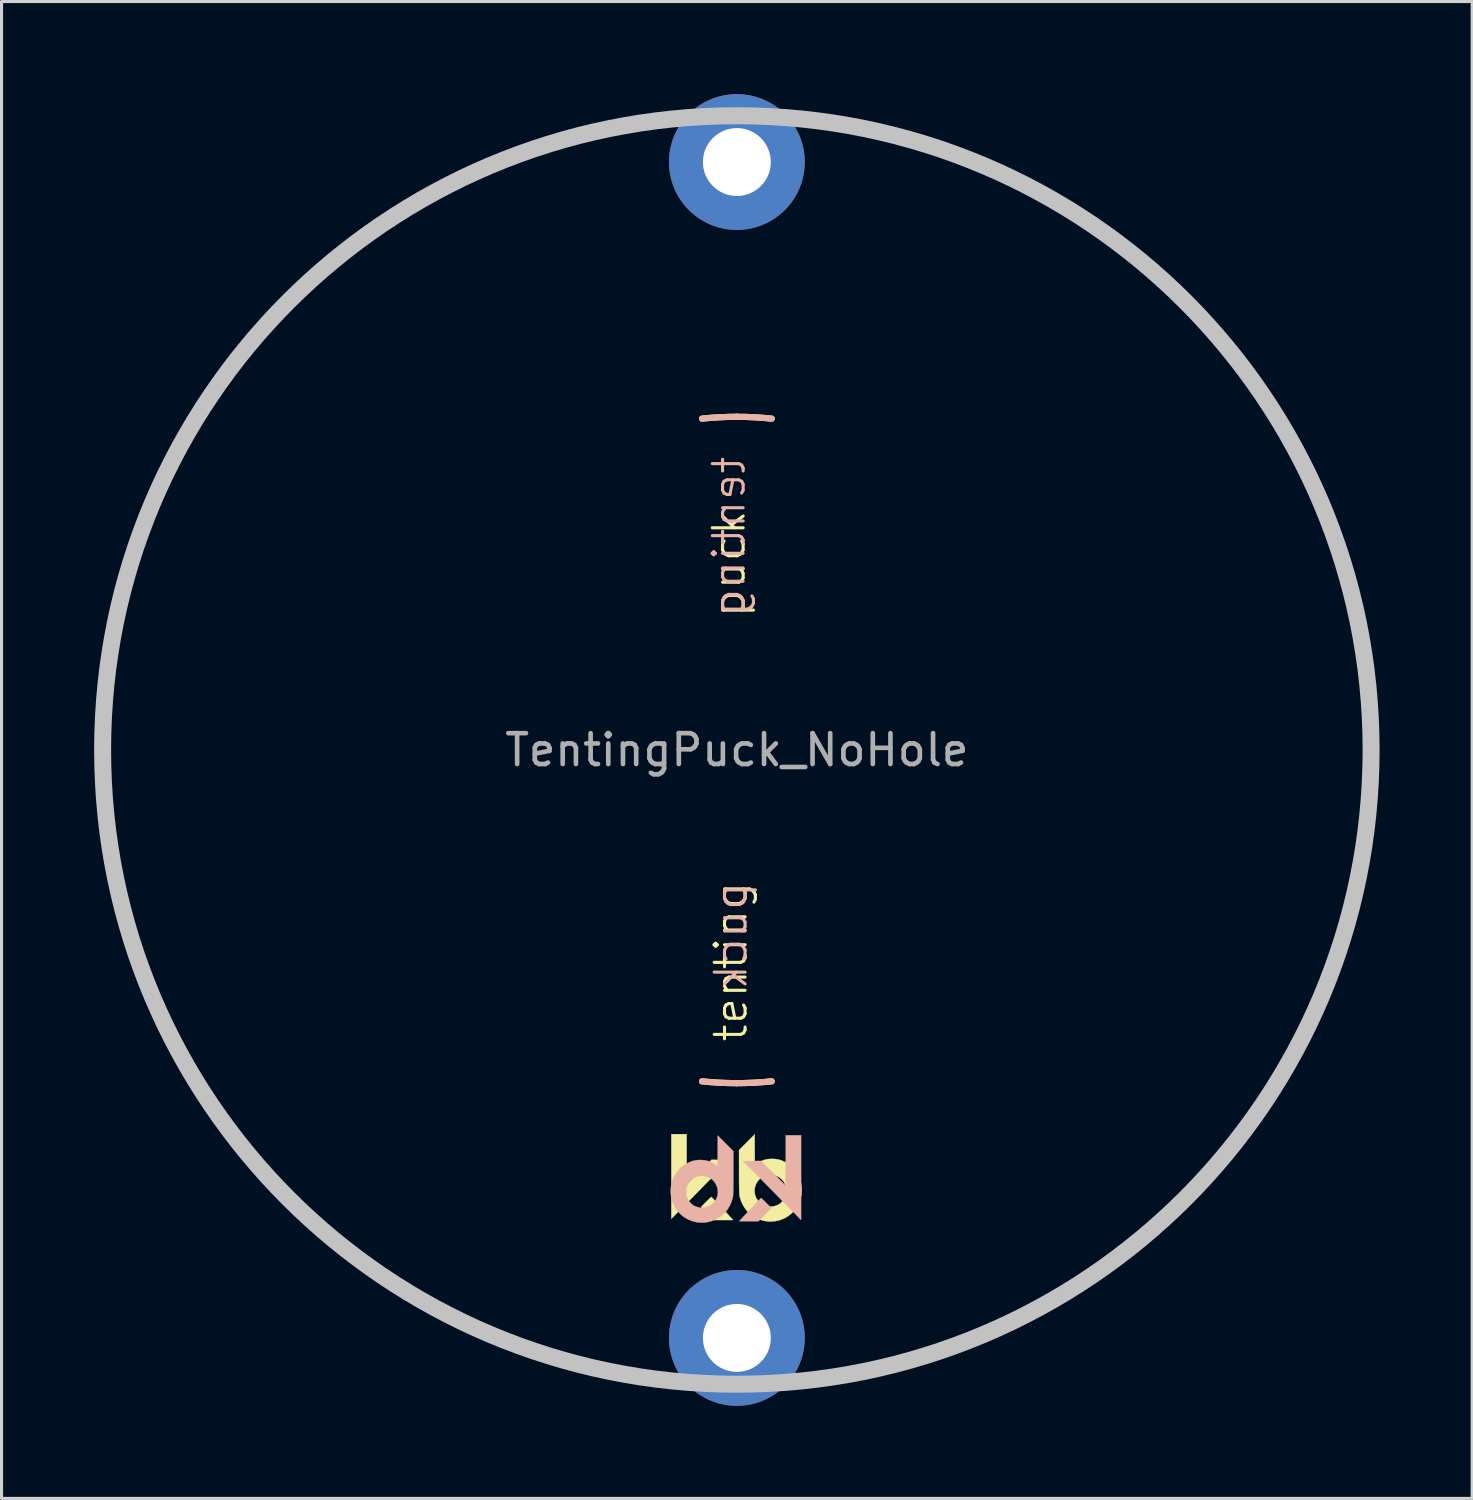
<source format=kicad_pcb>
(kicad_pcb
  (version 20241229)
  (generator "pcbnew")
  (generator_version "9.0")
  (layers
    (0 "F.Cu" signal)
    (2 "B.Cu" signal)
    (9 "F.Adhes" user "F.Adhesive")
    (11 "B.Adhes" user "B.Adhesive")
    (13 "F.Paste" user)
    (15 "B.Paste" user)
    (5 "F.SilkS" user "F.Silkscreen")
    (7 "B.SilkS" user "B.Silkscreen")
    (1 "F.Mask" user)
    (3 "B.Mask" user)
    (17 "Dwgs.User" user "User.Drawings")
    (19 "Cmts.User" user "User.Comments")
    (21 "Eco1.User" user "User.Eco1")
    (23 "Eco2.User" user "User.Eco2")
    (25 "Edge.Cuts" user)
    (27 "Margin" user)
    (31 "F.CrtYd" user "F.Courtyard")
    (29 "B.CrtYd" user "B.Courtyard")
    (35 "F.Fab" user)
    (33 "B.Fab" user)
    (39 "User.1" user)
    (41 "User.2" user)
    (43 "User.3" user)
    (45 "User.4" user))
  (footprint "TentingPuck_NoHole"
    (layer "F.Cu")
    (at 20.825 21.25)
    (property "Reference" "TentingPuck_NoHole" (at 0 0 0) (layer "F.Fab") (effects (font (size 1 1) (thickness 0.15))))
    (attr exclude_from_pos_files exclude_from_bom)
    (fp_arc (start -20.32 -2.8575) (mid -19.91151 -4.959786) (end -19.286134 -7.008048) (stroke (width 0.2) (type solid)) (layer "F.SilkS"))
    (fp_arc (start -19.286134 7.008047) (mid -19.91151 4.959786) (end -20.32 2.8575) (stroke (width 0.2) (type solid)) (layer "F.SilkS"))
    (fp_arc (start -7.008048 -19.286134) (mid -4.959786 -19.91151) (end -2.8575 -20.32) (stroke (width 0.2) (type solid)) (layer "F.SilkS"))
    (fp_arc (start -2.8575 20.32) (mid -4.959785 19.91151) (end -7.008046 19.286135) (stroke (width 0.2) (type solid)) (layer "F.SilkS"))
    (fp_arc (start -1.128385 -10.735864) (mid -0.564967 -10.780206) (end 0 -10.795) (stroke (width 0.2) (type solid)) (layer "F.SilkS"))
    (fp_arc (start 0 -10.795) (mid 0.564967 -10.780206) (end 1.128385 -10.735864) (stroke (width 0.2) (type solid)) (layer "F.SilkS"))
    (fp_arc (start 0 10.795) (mid -0.564967 10.780206) (end -1.128385 10.735864) (stroke (width 0.2) (type solid)) (layer "F.SilkS"))
    (fp_arc (start 1.128385 10.735864) (mid 0.564967 10.780206) (end 0 10.795) (stroke (width 0.2) (type solid)) (layer "F.SilkS"))
    (fp_arc (start 2.8575 -20.32) (mid 4.959786 -19.91151) (end 7.008047 -19.286134) (stroke (width 0.2) (type solid)) (layer "F.SilkS"))
    (fp_arc (start 7.008047 19.286134) (mid 4.959786 19.91151) (end 2.8575 20.32) (stroke (width 0.2) (type solid)) (layer "F.SilkS"))
    (fp_arc (start 19.286135 -7.008045) (mid 19.91151 -4.959785) (end 20.32 -2.8575) (stroke (width 0.2) (type solid)) (layer "F.SilkS"))
    (fp_arc (start 20.32 2.8575) (mid 19.91151 4.959785) (end 19.286135 7.008046) (stroke (width 0.2) (type solid)) (layer "F.SilkS"))
    (fp_poly (pts (xy -1.627 14.082) (xy -0.824 13.279) (xy -0.535 13.282) (xy -0.247 13.285) (xy -1.094 14.145) (xy -1.212 14.265) (xy -1.327 14.382) (xy -1.437 14.494) (xy -1.542 14.6) (xy -1.64 14.7) (xy -1.731 14.791) (xy -1.811 14.874) (xy -1.882 14.945) (xy -1.941 15.005) (xy -1.987 15.052) (xy -2.019 15.084) (xy -2.032 15.098) (xy -2.123 15.19) (xy -2.123 12.448) (xy -1.627 12.448) (xy -1.627 14.082)) (stroke (width 0.01) (type solid)) (fill yes) (layer "F.SilkS"))
    (fp_poly (pts (xy -0.82 14.488) (xy -0.797 14.511) (xy -0.763 14.547) (xy -0.719 14.593) (xy -0.666 14.647) (xy -0.609 14.708) (xy -0.547 14.773) (xy -0.483 14.841) (xy -0.42 14.908) (xy -0.359 14.973) (xy -0.302 15.034) (xy -0.251 15.089) (xy -0.208 15.135) (xy -0.175 15.171) (xy -0.154 15.194) (xy -0.152 15.197) (xy -0.124 15.231) (xy -0.744 15.231) (xy -0.917 15.055) (xy -0.971 15) (xy -1.021 14.948) (xy -1.065 14.903) (xy -1.099 14.868) (xy -1.121 14.844) (xy -1.124 14.841) (xy -1.158 14.803) (xy -0.997 14.642) (xy -0.948 14.592) (xy -0.903 14.549) (xy -0.867 14.514) (xy -0.842 14.491) (xy -0.829 14.48) (xy -0.829 14.48) (xy -0.82 14.488)) (stroke (width 0.01) (type solid)) (fill yes) (layer "F.SilkS"))
    (fp_poly (pts (xy 0.578 12.948) (xy 0.578 13.052) (xy 0.579 13.149) (xy 0.58 13.236) (xy 0.581 13.31) (xy 0.582 13.37) (xy 0.583 13.413) (xy 0.585 13.437) (xy 0.586 13.441) (xy 0.598 13.435) (xy 0.623 13.419) (xy 0.647 13.401) (xy 0.762 13.331) (xy 0.884 13.282) (xy 1.014 13.254) (xy 1.153 13.247) (xy 1.171 13.248) (xy 1.261 13.255) (xy 1.337 13.267) (xy 1.409 13.286) (xy 1.484 13.315) (xy 1.554 13.348) (xy 1.682 13.423) (xy 1.795 13.515) (xy 1.892 13.622) (xy 1.972 13.743) (xy 2.033 13.874) (xy 2.076 14.016) (xy 2.099 14.167) (xy 2.102 14.256) (xy 2.092 14.409) (xy 2.061 14.553) (xy 2.008 14.693) (xy 1.95 14.8) (xy 1.865 14.92) (xy 1.763 15.025) (xy 1.648 15.113) (xy 1.521 15.184) (xy 1.385 15.236) (xy 1.241 15.268) (xy 1.093 15.279) (xy 0.993 15.275) (xy 0.848 15.25) (xy 0.707 15.204) (xy 0.574 15.138) (xy 0.452 15.054) (xy 0.343 14.954) (xy 0.335 14.944) (xy 0.254 14.84) (xy 0.184 14.722) (xy 0.129 14.596) (xy 0.092 14.469) (xy 0.083 14.423) (xy 0.08 14.394) (xy 0.078 14.344) (xy 0.076 14.294) (xy 0.573 14.294) (xy 0.583 14.391) (xy 0.614 14.485) (xy 0.642 14.539) (xy 0.709 14.628) (xy 0.789 14.699) (xy 0.878 14.751) (xy 0.975 14.784) (xy 1.076 14.797) (xy 1.18 14.789) (xy 1.253 14.769) (xy 1.296 14.753) (xy 1.337 14.736) (xy 1.353 14.728) (xy 1.398 14.697) (xy 1.448 14.651) (xy 1.496 14.595) (xy 1.537 14.537) (xy 1.559 14.498) (xy 1.579 14.454) (xy 1.591 14.415) (xy 1.599 14.373) (xy 1.603 14.318) (xy 1.603 14.313) (xy 1.6 14.205) (xy 1.577 14.107) (xy 1.534 14.014) (xy 1.516 13.985) (xy 1.451 13.908) (xy 1.372 13.845) (xy 1.283 13.8) (xy 1.186 13.772) (xy 1.085 13.763) (xy 0.984 13.773) (xy 0.885 13.803) (xy 0.871 13.81) (xy 0.783 13.863) (xy 0.709 13.931) (xy 0.65 14.011) (xy 0.607 14.101) (xy 0.581 14.196) (xy 0.573 14.294) (xy 0.076 14.294) (xy 0.076 14.274) (xy 0.074 14.185) (xy 0.072 14.078) (xy 0.071 13.955) (xy 0.071 13.818) (xy 0.071 13.668) (xy 0.071 13.656) (xy 0.07 12.964) (xy 0.578 12.454) (xy 0.578 12.948)) (stroke (width 0.01) (type solid)) (fill yes) (layer "F.SilkS"))
    (fp_arc (start -20.32 -2.8575) (mid -19.91151 -4.959784) (end -19.286136 -7.008044) (stroke (width 0.2) (type solid)) (layer "B.SilkS"))
    (fp_arc (start -19.286135 7.008046) (mid -19.91151 4.959785) (end -20.32 2.8575) (stroke (width 0.2) (type solid)) (layer "B.SilkS"))
    (fp_arc (start -7.008046 -19.286135) (mid -4.959785 -19.91151) (end -2.8575 -20.32) (stroke (width 0.2) (type solid)) (layer "B.SilkS"))
    (fp_arc (start -2.8575 20.32) (mid -4.959785 19.91151) (end -7.008045 19.286135) (stroke (width 0.2) (type solid)) (layer "B.SilkS"))
    (fp_arc (start -1.128385 -10.735864) (mid -0.564967 -10.780206) (end 0 -10.795) (stroke (width 0.2) (type solid)) (layer "B.SilkS"))
    (fp_arc (start 0 -10.795) (mid 0.564967 -10.780206) (end 1.128385 -10.735864) (stroke (width 0.2) (type solid)) (layer "B.SilkS"))
    (fp_arc (start 0 10.795) (mid -0.564967 10.780206) (end -1.128385 10.735864) (stroke (width 0.2) (type solid)) (layer "B.SilkS"))
    (fp_arc (start 1.128385 10.735864) (mid 0.564967 10.780206) (end 0 10.795) (stroke (width 0.2) (type solid)) (layer "B.SilkS"))
    (fp_arc (start 2.8575 -20.32) (mid 4.959787 -19.91151) (end 7.008049 -19.286134) (stroke (width 0.2) (type solid)) (layer "B.SilkS"))
    (fp_arc (start 7.008045 19.286135) (mid 4.959785 19.91151) (end 2.8575 20.32) (stroke (width 0.2) (type solid)) (layer "B.SilkS"))
    (fp_arc (start 19.286134 -7.008048) (mid 19.91151 -4.959786) (end 20.32 -2.8575) (stroke (width 0.2) (type solid)) (layer "B.SilkS"))
    (fp_arc (start 20.32 2.8575) (mid 19.91151 4.959786) (end 19.286134 7.008048) (stroke (width 0.2) (type solid)) (layer "B.SilkS"))
    (fp_poly (pts (xy 1.584 14.118) (xy 0.782 13.315) (xy 0.493 13.318) (xy 0.205 13.322) (xy 1.052 14.182) (xy 1.17 14.301) (xy 1.285 14.418) (xy 1.395 14.53) (xy 1.5 14.637) (xy 1.598 14.736) (xy 1.688 14.828) (xy 1.769 14.91) (xy 1.84 14.981) (xy 1.899 15.041) (xy 1.944 15.088) (xy 1.976 15.12) (xy 1.99 15.134) (xy 2.081 15.226) (xy 2.081 12.484) (xy 1.584 12.484) (xy 1.584 14.118)) (stroke (width 0.01) (type solid)) (fill yes) (layer "B.SilkS"))
    (fp_poly (pts (xy 0.778 14.525) (xy 0.755 14.547) (xy 0.721 14.583) (xy 0.676 14.629) (xy 0.624 14.684) (xy 0.566 14.745) (xy 0.505 14.81) (xy 0.441 14.877) (xy 0.378 14.944) (xy 0.316 15.009) (xy 0.259 15.07) (xy 0.208 15.125) (xy 0.166 15.172) (xy 0.133 15.207) (xy 0.112 15.231) (xy 0.11 15.233) (xy 0.082 15.267) (xy 0.702 15.267) (xy 0.875 15.091) (xy 0.929 15.036) (xy 0.979 14.985) (xy 1.023 14.939) (xy 1.057 14.904) (xy 1.079 14.88) (xy 1.082 14.877) (xy 1.116 14.839) (xy 0.955 14.678) (xy 0.905 14.628) (xy 0.861 14.585) (xy 0.825 14.55) (xy 0.799 14.527) (xy 0.787 14.517) (xy 0.787 14.516) (xy 0.778 14.525)) (stroke (width 0.01) (type solid)) (fill yes) (layer "B.SilkS"))
    (fp_poly (pts (xy -0.621 12.984) (xy -0.621 13.088) (xy -0.621 13.185) (xy -0.622 13.272) (xy -0.623 13.346) (xy -0.624 13.406) (xy -0.625 13.45) (xy -0.627 13.473) (xy -0.628 13.477) (xy -0.64 13.471) (xy -0.665 13.455) (xy -0.689 13.438) (xy -0.804 13.367) (xy -0.926 13.318) (xy -1.057 13.29) (xy -1.196 13.284) (xy -1.214 13.284) (xy -1.303 13.291) (xy -1.38 13.303) (xy -1.451 13.322) (xy -1.526 13.351) (xy -1.596 13.384) (xy -1.724 13.459) (xy -1.837 13.551) (xy -1.934 13.658) (xy -2.014 13.779) (xy -2.076 13.911) (xy -2.118 14.053) (xy -2.141 14.203) (xy -2.145 14.293) (xy -2.134 14.445) (xy -2.103 14.59) (xy -2.05 14.729) (xy -1.993 14.836) (xy -1.907 14.956) (xy -1.805 15.061) (xy -1.69 15.149) (xy -1.563 15.22) (xy -1.427 15.272) (xy -1.283 15.304) (xy -1.135 15.316) (xy -1.035 15.311) (xy -0.89 15.286) (xy -0.75 15.24) (xy -0.616 15.174) (xy -0.494 15.09) (xy -0.386 14.99) (xy -0.377 14.981) (xy -0.296 14.876) (xy -0.226 14.758) (xy -0.171 14.632) (xy -0.134 14.505) (xy -0.125 14.459) (xy -0.122 14.43) (xy -0.12 14.38) (xy -0.118 14.33) (xy -0.615 14.33) (xy -0.625 14.428) (xy -0.656 14.522) (xy -0.684 14.576) (xy -0.751 14.664) (xy -0.831 14.735) (xy -0.92 14.787) (xy -1.017 14.82) (xy -1.119 14.833) (xy -1.222 14.825) (xy -1.295 14.805) (xy -1.338 14.789) (xy -1.379 14.772) (xy -1.395 14.764) (xy -1.441 14.733) (xy -1.49 14.687) (xy -1.538 14.632) (xy -1.579 14.573) (xy -1.601 14.534) (xy -1.621 14.49) (xy -1.634 14.452) (xy -1.641 14.409) (xy -1.645 14.354) (xy -1.646 14.349) (xy -1.642 14.241) (xy -1.619 14.144) (xy -1.576 14.05) (xy -1.558 14.022) (xy -1.493 13.944) (xy -1.415 13.882) (xy -1.325 13.836) (xy -1.228 13.808) (xy -1.127 13.799) (xy -1.026 13.809) (xy -0.927 13.84) (xy -0.913 13.846) (xy -0.825 13.899) (xy -0.751 13.967) (xy -0.692 14.047) (xy -0.649 14.137) (xy -0.623 14.232) (xy -0.615 14.33) (xy -0.118 14.33) (xy -0.118 14.31) (xy -0.116 14.221) (xy -0.115 14.114) (xy -0.114 13.991) (xy -0.113 13.854) (xy -0.113 13.704) (xy -0.113 13.692) (xy -0.113 13) (xy -0.62 12.49) (xy -0.621 12.984)) (stroke (width 0.01) (type solid)) (fill yes) (layer "B.SilkS"))
    (fp_circle (center 0 0) (end 20.55 0) (stroke (width 0.55) (type solid)) (fill no) (layer "Dwgs.User"))
    (fp_text user "tenting" (at -0.191 6.858 90) (unlocked yes) (layer "F.SilkS") (effects (font (size 1 1) (thickness 0.1))))
    (fp_text user "puck" (at -0.254 -6.032 90) (unlocked yes) (layer "F.SilkS") (effects (font (size 1 1) (thickness 0.1))))
    (fp_text user "puck" (at -0.191 6.032 90) (unlocked yes) (layer "B.SilkS") (effects (font (size 1 1) (thickness 0.1)) (justify mirror)))
    (fp_text user "tenting" (at -0.254 -6.921 90) (unlocked yes) (layer "B.SilkS") (effects (font (size 1 1) (thickness 0.1)) (justify mirror)))
    (pad "1" thru_hole circle (at 0 -19.05) (size 4.4 4.4) (drill 2.2) (layers "*.Cu" "*.Mask"))
    (pad "1" thru_hole circle (at 0 19.05) (size 4.4 4.4) (drill 2.2) (layers "*.Cu" "*.Mask")))
  (gr_rect
    (start -3 -3)
    (end 44.65 45.5)
    (stroke (width 0.1) (type default))
    (fill no)
    (layer "Edge.Cuts")))
</source>
